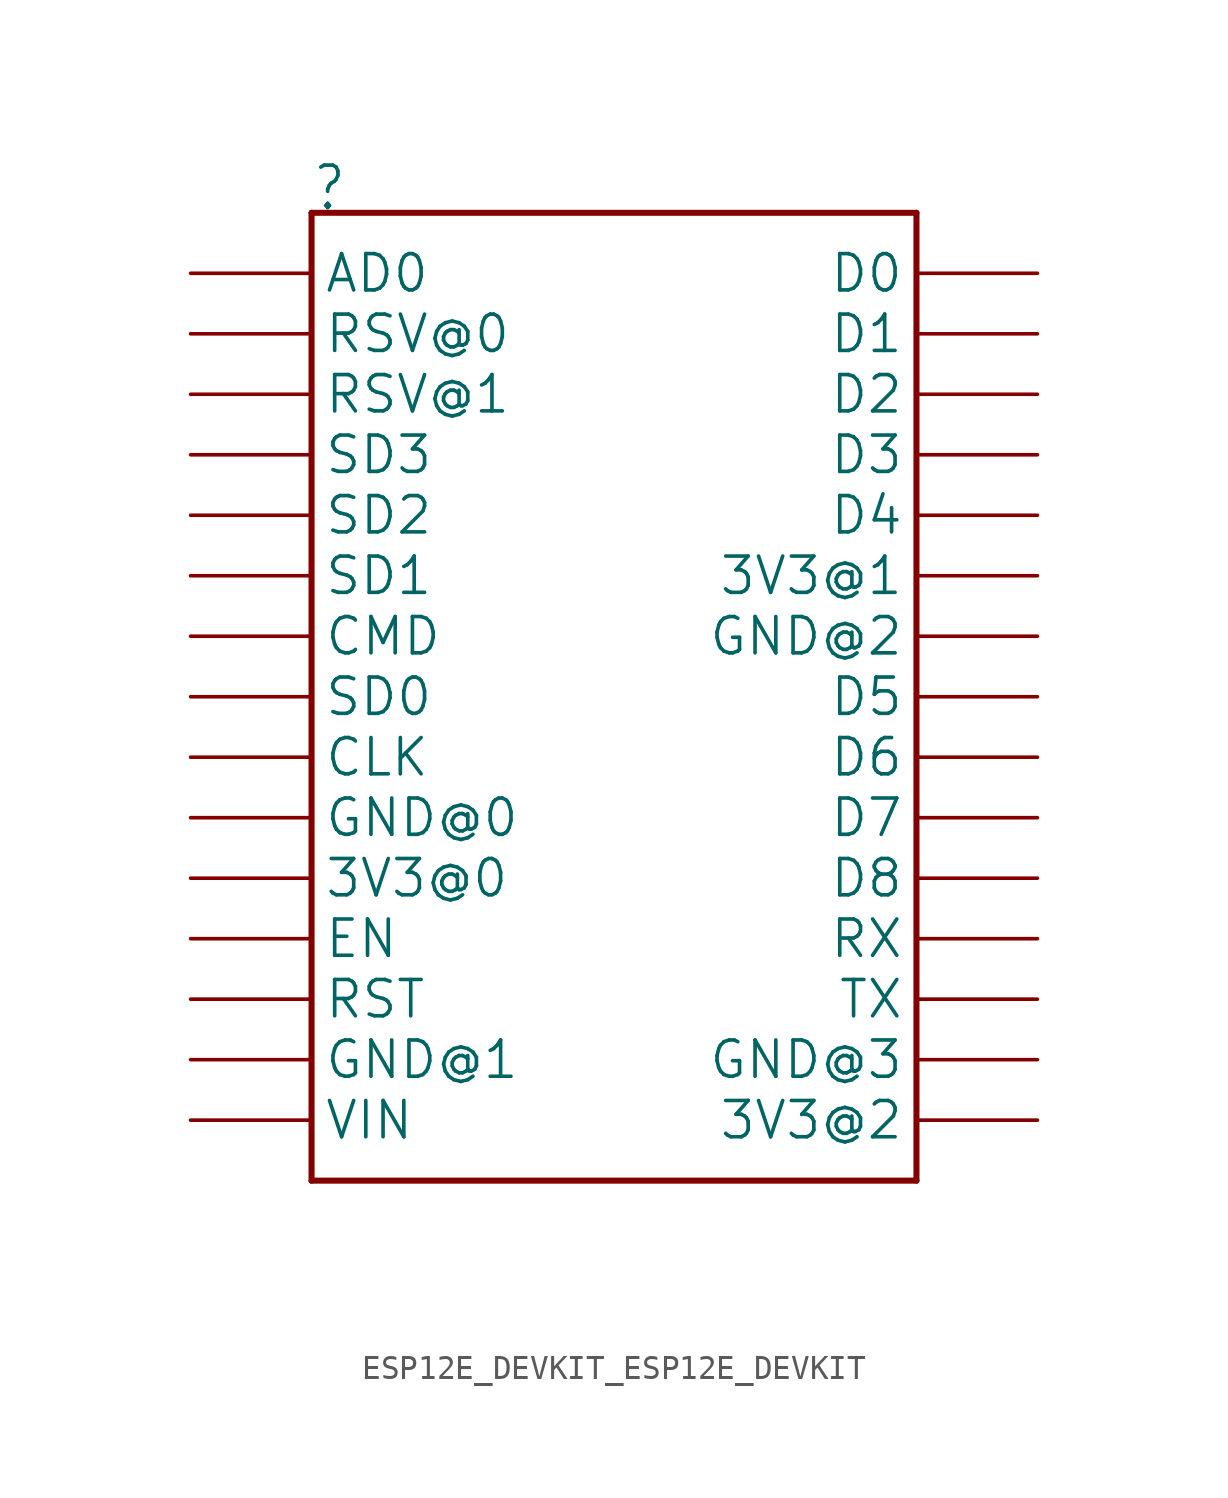
<source format=kicad_sym>
(kicad_symbol_lib
  (version 20241209)
  (generator "kicad_symbol_editor")
  (generator_version "9.0")
  (symbol "ESP12E_DEVKIT_ESP12E_DEVKIT"
    (property "Reference" ""
      (at -12.7 20.32 0)
      (effects (font (size 1.778 1.511)) (justify left bottom)))
    (property "Value" ""
      (at -12.7 -22.86 0)
      (effects (font (size 1.778 1.511)) (justify left bottom)))
    (property "ki_locked" ""
      (at 0 0 0)
      (effects (font (size 1.27 1.27))))
    (symbol "ESP12E_DEVKIT_ESP12E_DEVKIT_1_0"
      (polyline (pts (xy -12.7 20.32) (xy -12.7 -20.32)) (stroke (width 0.254) (type solid)) (fill (type none)))
      (polyline (pts (xy -12.7 -20.32) (xy 12.7 -20.32)) (stroke (width 0.254) (type solid)) (fill (type none)))
      (polyline (pts (xy 12.7 20.32) (xy -12.7 20.32)) (stroke (width 0.254) (type solid)) (fill (type none)))
      (polyline (pts (xy 12.7 -20.32) (xy 12.7 20.32)) (stroke (width 0.254) (type solid)) (fill (type none)))
      (pin bidirectional line (at -17.78 17.78 0) (length 5.08) (name "AD0" (effects (font (size 1.524 1.524)))) (number "AD0" (effects (font (size 0 0)))))
      (pin bidirectional line (at -17.78 15.24 0) (length 5.08) (name "RSV@0" (effects (font (size 1.524 1.524)))) (number "RSV@0" (effects (font (size 0 0)))))
      (pin bidirectional line (at -17.78 12.7 0) (length 5.08) (name "RSV@1" (effects (font (size 1.524 1.524)))) (number "RSV@1" (effects (font (size 0 0)))))
      (pin bidirectional line (at -17.78 10.16 0) (length 5.08) (name "SD3" (effects (font (size 1.524 1.524)))) (number "SD3" (effects (font (size 0 0)))))
      (pin bidirectional line (at -17.78 7.62 0) (length 5.08) (name "SD2" (effects (font (size 1.524 1.524)))) (number "SD2" (effects (font (size 0 0)))))
      (pin bidirectional line (at -17.78 5.08 0) (length 5.08) (name "SD1" (effects (font (size 1.524 1.524)))) (number "SD1" (effects (font (size 0 0)))))
      (pin bidirectional line (at -17.78 2.54 0) (length 5.08) (name "CMD" (effects (font (size 1.524 1.524)))) (number "CMD" (effects (font (size 0 0)))))
      (pin bidirectional line (at -17.78 0 0) (length 5.08) (name "SD0" (effects (font (size 1.524 1.524)))) (number "SD0" (effects (font (size 0 0)))))
      (pin bidirectional line (at -17.78 -2.54 0) (length 5.08) (name "CLK" (effects (font (size 1.524 1.524)))) (number "CLK" (effects (font (size 0 0)))))
      (pin bidirectional line (at -17.78 -5.08 0) (length 5.08) (name "GND@0" (effects (font (size 1.524 1.524)))) (number "GND@0" (effects (font (size 0 0)))))
      (pin bidirectional line (at -17.78 -7.62 0) (length 5.08) (name "3V3@0" (effects (font (size 1.524 1.524)))) (number "3V3@0" (effects (font (size 0 0)))))
      (pin bidirectional line (at -17.78 -10.16 0) (length 5.08) (name "EN" (effects (font (size 1.524 1.524)))) (number "EN" (effects (font (size 0 0)))))
      (pin bidirectional line (at -17.78 -12.7 0) (length 5.08) (name "RST" (effects (font (size 1.524 1.524)))) (number "RST" (effects (font (size 0 0)))))
      (pin bidirectional line (at -17.78 -15.24 0) (length 5.08) (name "GND@1" (effects (font (size 1.524 1.524)))) (number "GND@1" (effects (font (size 0 0)))))
      (pin bidirectional line (at -17.78 -17.78 0) (length 5.08) (name "VIN" (effects (font (size 1.524 1.524)))) (number "VIN" (effects (font (size 0 0)))))
      (pin bidirectional line (at 17.78 17.78 180) (length 5.08) (name "D0" (effects (font (size 1.524 1.524)))) (number "D0" (effects (font (size 0 0)))))
      (pin bidirectional line (at 17.78 15.24 180) (length 5.08) (name "D1" (effects (font (size 1.524 1.524)))) (number "D1" (effects (font (size 0 0)))))
      (pin bidirectional line (at 17.78 12.7 180) (length 5.08) (name "D2" (effects (font (size 1.524 1.524)))) (number "D2" (effects (font (size 0 0)))))
      (pin bidirectional line (at 17.78 10.16 180) (length 5.08) (name "D3" (effects (font (size 1.524 1.524)))) (number "D3" (effects (font (size 0 0)))))
      (pin bidirectional line (at 17.78 7.62 180) (length 5.08) (name "D4" (effects (font (size 1.524 1.524)))) (number "D4" (effects (font (size 0 0)))))
      (pin bidirectional line (at 17.78 5.08 180) (length 5.08) (name "3V3@1" (effects (font (size 1.524 1.524)))) (number "3V3@1" (effects (font (size 0 0)))))
      (pin bidirectional line (at 17.78 2.54 180) (length 5.08) (name "GND@2" (effects (font (size 1.524 1.524)))) (number "GND@2" (effects (font (size 0 0)))))
      (pin bidirectional line (at 17.78 0 180) (length 5.08) (name "D5" (effects (font (size 1.524 1.524)))) (number "D5" (effects (font (size 0 0)))))
      (pin bidirectional line (at 17.78 -2.54 180) (length 5.08) (name "D6" (effects (font (size 1.524 1.524)))) (number "D6" (effects (font (size 0 0)))))
      (pin bidirectional line (at 17.78 -5.08 180) (length 5.08) (name "D7" (effects (font (size 1.524 1.524)))) (number "D7" (effects (font (size 0 0)))))
      (pin bidirectional line (at 17.78 -7.62 180) (length 5.08) (name "D8" (effects (font (size 1.524 1.524)))) (number "D8" (effects (font (size 0 0)))))
      (pin bidirectional line (at 17.78 -10.16 180) (length 5.08) (name "RX" (effects (font (size 1.524 1.524)))) (number "RX" (effects (font (size 0 0)))))
      (pin bidirectional line (at 17.78 -12.7 180) (length 5.08) (name "TX" (effects (font (size 1.524 1.524)))) (number "TX" (effects (font (size 0 0)))))
      (pin bidirectional line (at 17.78 -15.24 180) (length 5.08) (name "GND@3" (effects (font (size 1.524 1.524)))) (number "GND@3" (effects (font (size 0 0)))))
      (pin bidirectional line (at 17.78 -17.78 180) (length 5.08) (name "3V3@2" (effects (font (size 1.524 1.524)))) (number "3V3@2" (effects (font (size 0 0))))))))
</source>
